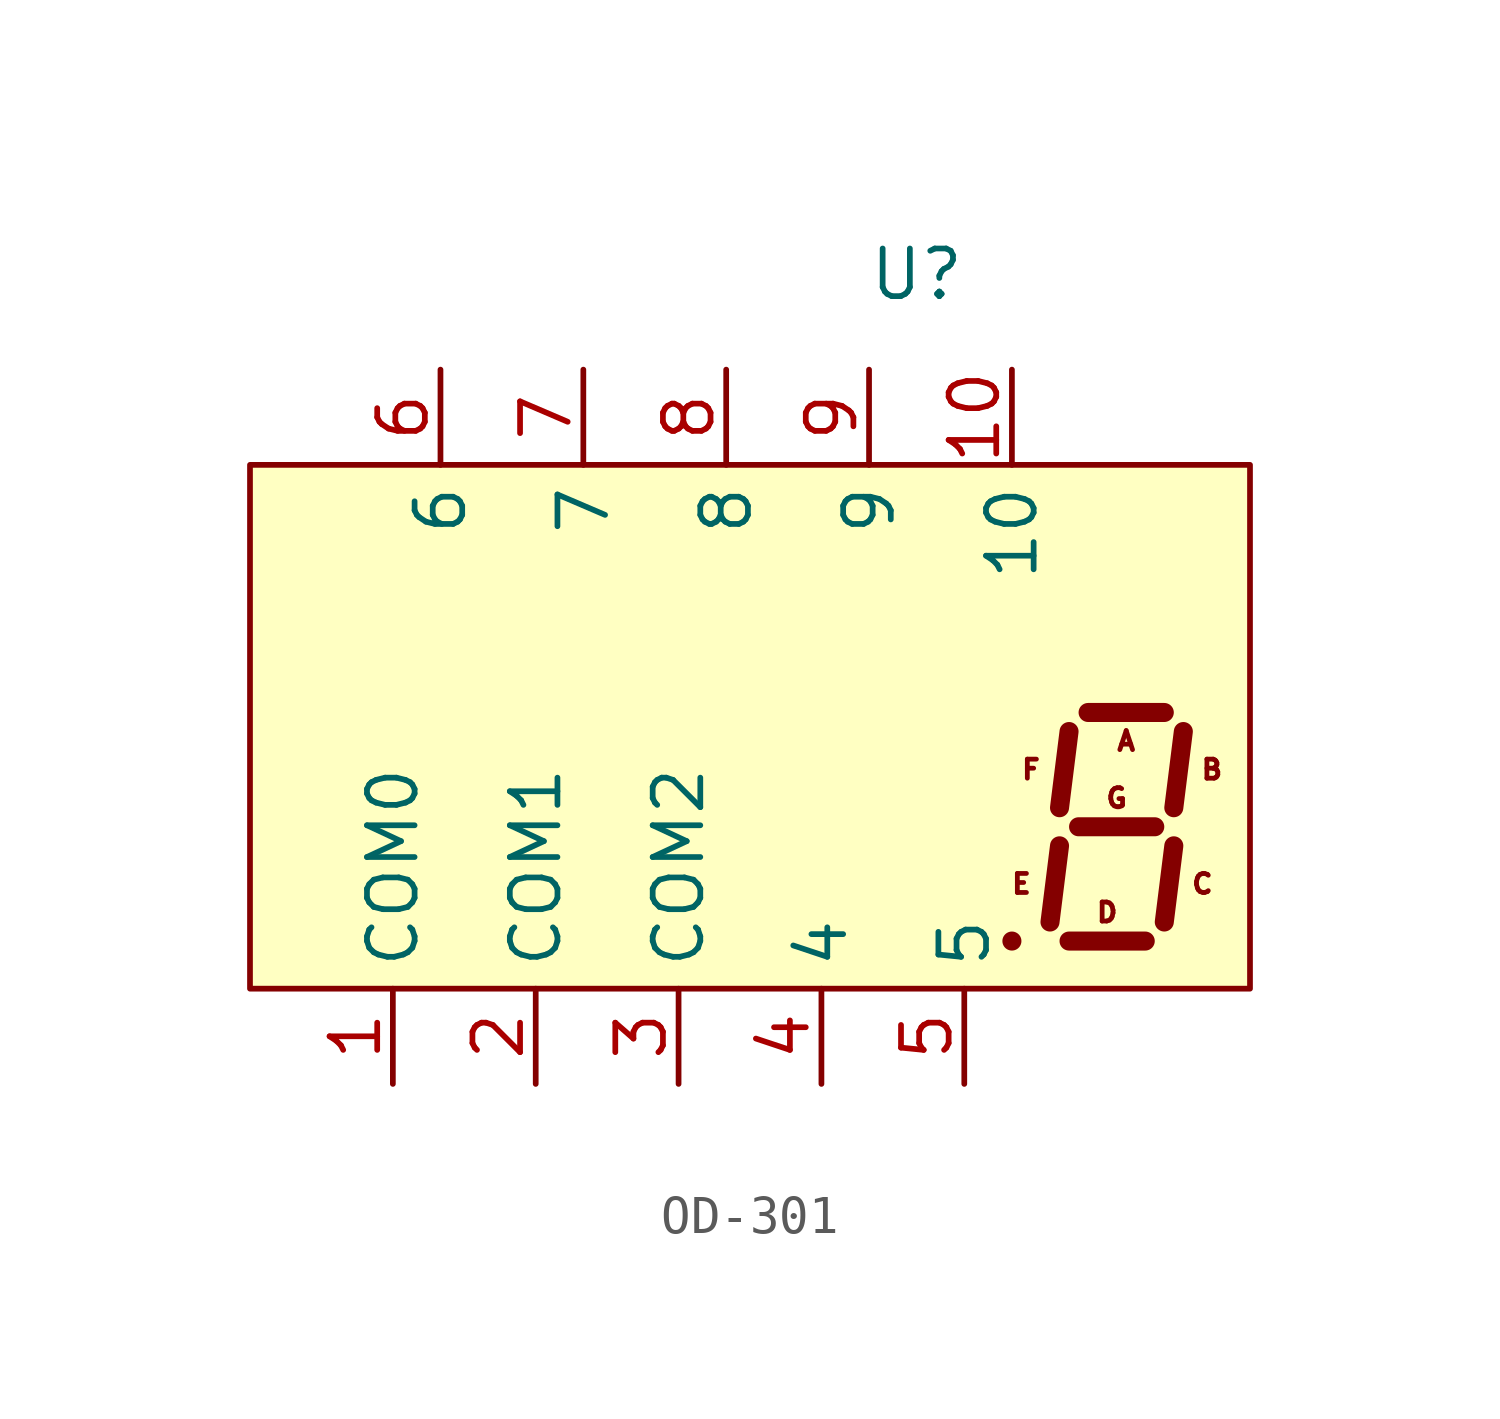
<source format=kicad_sym>
(kicad_symbol_lib
  (version 20220914)
  (generator kicad_symbol_editor)
  (symbol "OD-301"
    (property "Reference" "U"
      (at 3.81 12.7 0)
      (effects (font (size 1.27 1.27))))
    (property "Value" ""
      (at 0 0 0)
      (effects (font (size 1.27 1.27))))
    (symbol "OD-301_0_0"
      (text "A" (at 9.398 0.254 0) (effects (font (size 0.508 0.508))))
      (text "B" (at 11.684 -0.508 0) (effects (font (size 0.508 0.508))))
      (text "C" (at 11.43 -3.556 0) (effects (font (size 0.508 0.508))))
      (text "D" (at 8.89 -4.318 0) (effects (font (size 0.508 0.508))))
      (text "E" (at 6.604 -3.556 0) (effects (font (size 0.508 0.508))))
      (text "F" (at 6.858 -0.508 0) (effects (font (size 0.508 0.508))))
      (text "G" (at 9.144 -1.27 0) (effects (font (size 0.508 0.508)))))
    (symbol "OD-301_0_1"
      (polyline (pts (xy 6.35 -5.08) (xy 6.35 -5.08)) (stroke (width 0.508) (type default)) (fill (type none)))
      (polyline (pts (xy 7.62 -2.54) (xy 7.366 -4.572)) (stroke (width 0.508) (type default)) (fill (type none)))
      (polyline (pts (xy 7.874 -5.08) (xy 9.906 -5.08)) (stroke (width 0.508) (type default)) (fill (type none)))
      (polyline (pts (xy 7.874 0.508) (xy 7.62 -1.524)) (stroke (width 0.508) (type default)) (fill (type none)))
      (polyline (pts (xy 8.128 -2.032) (xy 10.16 -2.032)) (stroke (width 0.508) (type default)) (fill (type none)))
      (polyline (pts (xy 8.382 1.016) (xy 10.414 1.016)) (stroke (width 0.508) (type default)) (fill (type none)))
      (polyline (pts (xy 10.668 -2.54) (xy 10.414 -4.572)) (stroke (width 0.508) (type default)) (fill (type none)))
      (polyline (pts (xy 10.922 0.508) (xy 10.668 -1.524)) (stroke (width 0.508) (type default)) (fill (type none))))
    (symbol "OD-301_1_1"
      (rectangle (start -13.97 7.62) (end 12.7 -6.35) (stroke (width 0) (type default)) (fill (type background)))
      (pin input line (at -10.16 -8.89 90) (length 2.54) (name "COM0" (effects (font (size 1.27 1.27)))) (number "1" (effects (font (size 1.27 1.27)))))
      (pin input line (at 6.35 10.16 270) (length 2.54) (name "10" (effects (font (size 1.27 1.27)))) (number "10" (effects (font (size 1.27 1.27)))))
      (pin input line (at -6.35 -8.89 90) (length 2.54) (name "COM1" (effects (font (size 1.27 1.27)))) (number "2" (effects (font (size 1.27 1.27)))))
      (pin input line (at -2.54 -8.89 90) (length 2.54) (name "COM2" (effects (font (size 1.27 1.27)))) (number "3" (effects (font (size 1.27 1.27)))))
      (pin input line (at 1.27 -8.89 90) (length 2.54) (name "4" (effects (font (size 1.27 1.27)))) (number "4" (effects (font (size 1.27 1.27)))))
      (pin input line (at 5.08 -8.89 90) (length 2.54) (name "5" (effects (font (size 1.27 1.27)))) (number "5" (effects (font (size 1.27 1.27)))))
      (pin input line (at -8.89 10.16 270) (length 2.54) (name "6" (effects (font (size 1.27 1.27)))) (number "6" (effects (font (size 1.27 1.27)))))
      (pin input line (at -5.08 10.16 270) (length 2.54) (name "7" (effects (font (size 1.27 1.27)))) (number "7" (effects (font (size 1.27 1.27)))))
      (pin input line (at -1.27 10.16 270) (length 2.54) (name "8" (effects (font (size 1.27 1.27)))) (number "8" (effects (font (size 1.27 1.27)))))
      (pin input line (at 2.54 10.16 270) (length 2.54) (name "9" (effects (font (size 1.27 1.27)))) (number "9" (effects (font (size 1.27 1.27))))))))
</source>
